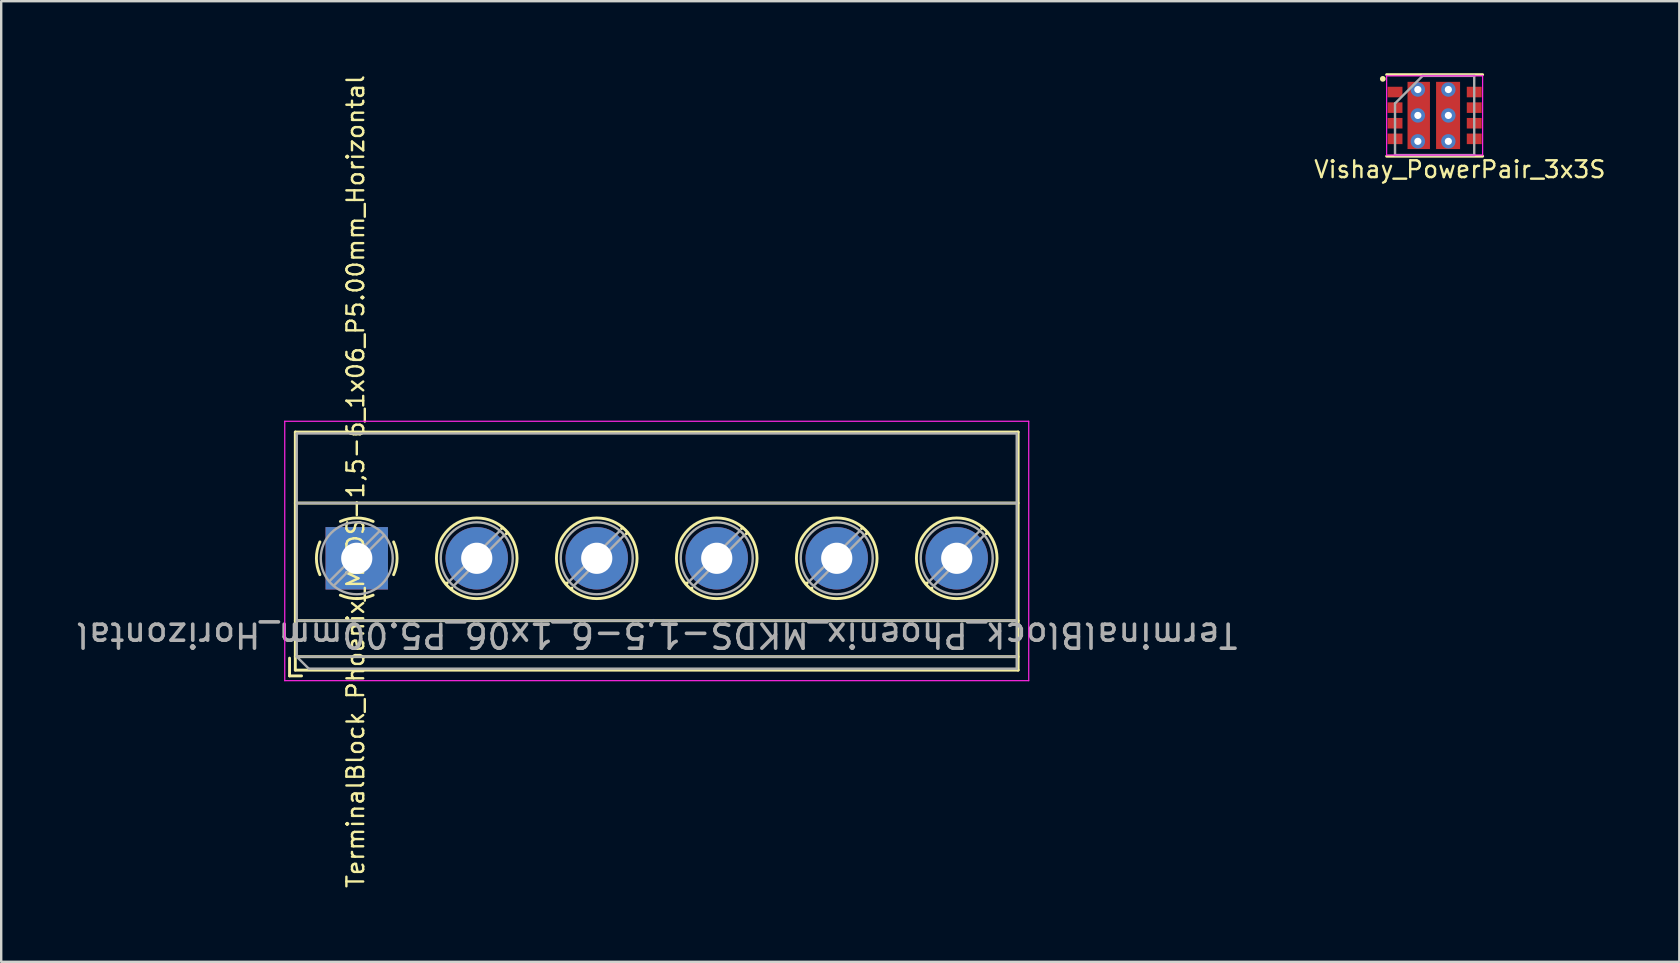
<source format=kicad_pcb>
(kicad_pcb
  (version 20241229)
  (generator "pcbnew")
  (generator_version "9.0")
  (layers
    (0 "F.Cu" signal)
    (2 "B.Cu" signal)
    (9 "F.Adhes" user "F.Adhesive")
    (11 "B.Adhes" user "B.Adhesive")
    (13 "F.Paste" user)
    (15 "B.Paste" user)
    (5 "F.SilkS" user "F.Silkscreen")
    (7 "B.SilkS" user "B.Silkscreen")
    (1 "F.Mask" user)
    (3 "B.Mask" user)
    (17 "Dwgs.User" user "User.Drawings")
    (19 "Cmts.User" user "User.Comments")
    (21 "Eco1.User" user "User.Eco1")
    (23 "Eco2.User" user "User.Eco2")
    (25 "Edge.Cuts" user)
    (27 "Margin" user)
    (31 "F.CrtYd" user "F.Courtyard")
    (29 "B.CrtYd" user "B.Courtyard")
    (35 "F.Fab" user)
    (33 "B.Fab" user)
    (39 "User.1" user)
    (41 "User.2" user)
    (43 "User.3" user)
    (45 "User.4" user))
  (footprint "TerminalBlock_Phoenix_MKDS-1,5-6_1x06_P5.00mm_Horizontal"
    (layer "F.Cu")
    (at 11.815 20.213)
    (property "Reference" "TerminalBlock_Phoenix_MKDS-1,5-6_1x06_P5.00mm_Horizontal" (at -0.05 -3.2 90) (unlocked yes) (layer "F.SilkS") (effects (font (size 0.7 0.7) (thickness 0.1))))
    (attr through_hole)
    (fp_line (start -2.8 4.16) (end -2.8 4.9) (stroke (width 0.12) (type solid)) (layer "F.SilkS"))
    (fp_line (start -2.8 4.9) (end -2.3 4.9) (stroke (width 0.12) (type solid)) (layer "F.SilkS"))
    (fp_line (start -2.56 -5.261) (end -2.56 4.66) (stroke (width 0.12) (type solid)) (layer "F.SilkS"))
    (fp_line (start -2.56 -5.261) (end 27.56 -5.261) (stroke (width 0.12) (type solid)) (layer "F.SilkS"))
    (fp_line (start -2.56 -2.301) (end 27.56 -2.301) (stroke (width 0.12) (type solid)) (layer "F.SilkS"))
    (fp_line (start -2.56 2.6) (end 27.56 2.6) (stroke (width 0.12) (type solid)) (layer "F.SilkS"))
    (fp_line (start -2.56 4.1) (end 27.56 4.1) (stroke (width 0.12) (type solid)) (layer "F.SilkS"))
    (fp_line (start -2.56 4.66) (end 27.56 4.66) (stroke (width 0.12) (type solid)) (layer "F.SilkS"))
    (fp_line (start 3.773 1.023) (end 3.726 1.069) (stroke (width 0.12) (type solid)) (layer "F.SilkS"))
    (fp_line (start 3.966 1.239) (end 3.931 1.274) (stroke (width 0.12) (type solid)) (layer "F.SilkS"))
    (fp_line (start 6.07 -1.275) (end 6.035 -1.239) (stroke (width 0.12) (type solid)) (layer "F.SilkS"))
    (fp_line (start 6.275 -1.069) (end 6.228 -1.023) (stroke (width 0.12) (type solid)) (layer "F.SilkS"))
    (fp_line (start 8.773 1.023) (end 8.726 1.069) (stroke (width 0.12) (type solid)) (layer "F.SilkS"))
    (fp_line (start 8.966 1.239) (end 8.931 1.274) (stroke (width 0.12) (type solid)) (layer "F.SilkS"))
    (fp_line (start 11.07 -1.275) (end 11.035 -1.239) (stroke (width 0.12) (type solid)) (layer "F.SilkS"))
    (fp_line (start 11.275 -1.069) (end 11.228 -1.023) (stroke (width 0.12) (type solid)) (layer "F.SilkS"))
    (fp_line (start 13.773 1.023) (end 13.726 1.069) (stroke (width 0.12) (type solid)) (layer "F.SilkS"))
    (fp_line (start 13.966 1.239) (end 13.931 1.274) (stroke (width 0.12) (type solid)) (layer "F.SilkS"))
    (fp_line (start 16.07 -1.275) (end 16.035 -1.239) (stroke (width 0.12) (type solid)) (layer "F.SilkS"))
    (fp_line (start 16.275 -1.069) (end 16.228 -1.023) (stroke (width 0.12) (type solid)) (layer "F.SilkS"))
    (fp_line (start 18.773 1.023) (end 18.726 1.069) (stroke (width 0.12) (type solid)) (layer "F.SilkS"))
    (fp_line (start 18.966 1.239) (end 18.931 1.274) (stroke (width 0.12) (type solid)) (layer "F.SilkS"))
    (fp_line (start 21.07 -1.275) (end 21.035 -1.239) (stroke (width 0.12) (type solid)) (layer "F.SilkS"))
    (fp_line (start 21.275 -1.069) (end 21.228 -1.023) (stroke (width 0.12) (type solid)) (layer "F.SilkS"))
    (fp_line (start 23.773 1.023) (end 23.726 1.069) (stroke (width 0.12) (type solid)) (layer "F.SilkS"))
    (fp_line (start 23.966 1.239) (end 23.931 1.274) (stroke (width 0.12) (type solid)) (layer "F.SilkS"))
    (fp_line (start 26.07 -1.275) (end 26.035 -1.239) (stroke (width 0.12) (type solid)) (layer "F.SilkS"))
    (fp_line (start 26.275 -1.069) (end 26.228 -1.023) (stroke (width 0.12) (type solid)) (layer "F.SilkS"))
    (fp_line (start 27.56 -5.261) (end 27.56 4.66) (stroke (width 0.12) (type solid)) (layer "F.SilkS"))
    (fp_arc (start -1.535427 0.683042) (mid -1.680501 -0.000524) (end -1.535 -0.684) (stroke (width 0.12) (type solid)) (layer "F.SilkS"))
    (fp_arc (start -0.683042 -1.535427) (mid 0.000524 -1.680501) (end 0.684 -1.535) (stroke (width 0.12) (type solid)) (layer "F.SilkS"))
    (fp_arc (start 0.028805 1.680253) (mid -0.335551 1.646659) (end -0.684 1.535) (stroke (width 0.12) (type solid)) (layer "F.SilkS"))
    (fp_arc (start 0.683318 1.534756) (mid 0.349292 1.643288) (end 0 1.68) (stroke (width 0.12) (type solid)) (layer "F.SilkS"))
    (fp_arc (start 1.535427 -0.683042) (mid 1.680501 0.000524) (end 1.535 0.684) (stroke (width 0.12) (type solid)) (layer "F.SilkS"))
    (fp_circle (center 5 0) (end 6.68 0) (stroke (width 0.12) (type solid)) (fill no) (layer "F.SilkS"))
    (fp_circle (center 10 0) (end 11.68 0) (stroke (width 0.12) (type solid)) (fill no) (layer "F.SilkS"))
    (fp_circle (center 15 0) (end 16.68 0) (stroke (width 0.12) (type solid)) (fill no) (layer "F.SilkS"))
    (fp_circle (center 20 0) (end 21.68 0) (stroke (width 0.12) (type solid)) (fill no) (layer "F.SilkS"))
    (fp_circle (center 25 0) (end 26.68 0) (stroke (width 0.12) (type solid)) (fill no) (layer "F.SilkS"))
    (fp_line (start -3 -5.71) (end -3 5.1) (stroke (width 0.05) (type solid)) (layer "F.CrtYd"))
    (fp_line (start -3 5.1) (end 28 5.1) (stroke (width 0.05) (type solid)) (layer "F.CrtYd"))
    (fp_line (start 28 -5.71) (end -3 -5.71) (stroke (width 0.05) (type solid)) (layer "F.CrtYd"))
    (fp_line (start 28 5.1) (end 28 -5.71) (stroke (width 0.05) (type solid)) (layer "F.CrtYd"))
    (fp_line (start -2.5 -5.2) (end 27.5 -5.2) (stroke (width 0.1) (type solid)) (layer "F.Fab"))
    (fp_line (start -2.5 -2.3) (end 27.5 -2.3) (stroke (width 0.1) (type solid)) (layer "F.Fab"))
    (fp_line (start -2.5 2.6) (end 27.5 2.6) (stroke (width 0.1) (type solid)) (layer "F.Fab"))
    (fp_line (start -2.5 4.1) (end -2.5 -5.2) (stroke (width 0.1) (type solid)) (layer "F.Fab"))
    (fp_line (start -2.5 4.1) (end 27.5 4.1) (stroke (width 0.1) (type solid)) (layer "F.Fab"))
    (fp_line (start -2 4.6) (end -2.5 4.1) (stroke (width 0.1) (type solid)) (layer "F.Fab"))
    (fp_line (start 0.955 -1.138) (end -1.138 0.955) (stroke (width 0.1) (type solid)) (layer "F.Fab"))
    (fp_line (start 1.138 -0.955) (end -0.955 1.138) (stroke (width 0.1) (type solid)) (layer "F.Fab"))
    (fp_line (start 5.955 -1.138) (end 3.863 0.955) (stroke (width 0.1) (type solid)) (layer "F.Fab"))
    (fp_line (start 6.138 -0.955) (end 4.046 1.138) (stroke (width 0.1) (type solid)) (layer "F.Fab"))
    (fp_line (start 10.955 -1.138) (end 8.863 0.955) (stroke (width 0.1) (type solid)) (layer "F.Fab"))
    (fp_line (start 11.138 -0.955) (end 9.046 1.138) (stroke (width 0.1) (type solid)) (layer "F.Fab"))
    (fp_line (start 15.955 -1.138) (end 13.863 0.955) (stroke (width 0.1) (type solid)) (layer "F.Fab"))
    (fp_line (start 16.138 -0.955) (end 14.046 1.138) (stroke (width 0.1) (type solid)) (layer "F.Fab"))
    (fp_line (start 20.955 -1.138) (end 18.863 0.955) (stroke (width 0.1) (type solid)) (layer "F.Fab"))
    (fp_line (start 21.138 -0.955) (end 19.046 1.138) (stroke (width 0.1) (type solid)) (layer "F.Fab"))
    (fp_line (start 25.955 -1.138) (end 23.863 0.955) (stroke (width 0.1) (type solid)) (layer "F.Fab"))
    (fp_line (start 26.138 -0.955) (end 24.046 1.138) (stroke (width 0.1) (type solid)) (layer "F.Fab"))
    (fp_line (start 27.5 -5.2) (end 27.5 4.6) (stroke (width 0.1) (type solid)) (layer "F.Fab"))
    (fp_line (start 27.5 4.6) (end -2 4.6) (stroke (width 0.1) (type solid)) (layer "F.Fab"))
    (fp_circle (center 0 0) (end 1.5 0) (stroke (width 0.1) (type solid)) (fill no) (layer "F.Fab"))
    (fp_circle (center 5 0) (end 6.5 0) (stroke (width 0.1) (type solid)) (fill no) (layer "F.Fab"))
    (fp_circle (center 10 0) (end 11.5 0) (stroke (width 0.1) (type solid)) (fill no) (layer "F.Fab"))
    (fp_circle (center 15 0) (end 16.5 0) (stroke (width 0.1) (type solid)) (fill no) (layer "F.Fab"))
    (fp_circle (center 20 0) (end 21.5 0) (stroke (width 0.1) (type solid)) (fill no) (layer "F.Fab"))
    (fp_circle (center 25 0) (end 26.5 0) (stroke (width 0.1) (type solid)) (fill no) (layer "F.Fab"))
    (fp_text user "${REFERENCE}" (at 12.5 3.2 180) (unlocked yes) (layer "F.Fab") (effects (font (size 1 1) (thickness 0.15))))
    (pad "1" thru_hole rect (at 0 0) (size 2.6 2.6) (drill 1.3) (layers "*.Cu" "*.Mask"))
    (pad "2" thru_hole circle (at 5 0) (size 2.6 2.6) (drill 1.3) (layers "*.Cu" "*.Mask"))
    (pad "3" thru_hole circle (at 10 0) (size 2.6 2.6) (drill 1.3) (layers "*.Cu" "*.Mask"))
    (pad "4" thru_hole circle (at 15 0) (size 2.6 2.6) (drill 1.3) (layers "*.Cu" "*.Mask"))
    (pad "5" thru_hole circle (at 20 0) (size 2.6 2.6) (drill 1.3) (layers "*.Cu" "*.Mask"))
    (pad "6" thru_hole circle (at 25 0) (size 2.6 2.6) (drill 1.3) (layers "*.Cu" "*.Mask")))
  (footprint "Vishay_PowerPair_3x3S"
    (layer "F.Cu")
    (at 56.728 1.76)
    (property "Reference" "Vishay_PowerPair_3x3S" (at 1.05 2.25 0) (unlocked yes) (layer "F.SilkS") (effects (font (size 0.7 0.7) (thickness 0.1))))
    (attr smd)
    (fp_line (start -2 -1.7) (end 2 -1.7) (stroke (width 0.12) (type solid)) (layer "F.SilkS"))
    (fp_line (start -2 1.7) (end 2 1.7) (stroke (width 0.12) (type solid)) (layer "F.SilkS"))
    (fp_circle (center -2.159 -1.524) (end -2.099 -1.524) (stroke (width 0.12) (type solid)) (fill no) (layer "F.SilkS"))
    (fp_line (start -2 -1.65) (end -2 1.65) (stroke (width 0.05) (type solid)) (layer "F.CrtYd"))
    (fp_line (start -2 -1.65) (end 2 -1.65) (stroke (width 0.05) (type solid)) (layer "F.CrtYd"))
    (fp_line (start -2 1.65) (end 2 1.65) (stroke (width 0.05) (type solid)) (layer "F.CrtYd"))
    (fp_line (start 2 -1.65) (end 2 1.65) (stroke (width 0.05) (type solid)) (layer "F.CrtYd"))
    (fp_line (start -1.65 -0.5) (end -0.5 -1.65) (stroke (width 0.1) (type solid)) (layer "F.Fab"))
    (fp_line (start -1.65 1.65) (end -1.65 -0.5) (stroke (width 0.1) (type solid)) (layer "F.Fab"))
    (fp_line (start -0.5 -1.65) (end 1.65 -1.65) (stroke (width 0.1) (type solid)) (layer "F.Fab"))
    (fp_line (start 1.65 -1.65) (end 1.65 1.65) (stroke (width 0.1) (type solid)) (layer "F.Fab"))
    (fp_line (start 1.65 1.65) (end -1.65 1.65) (stroke (width 0.1) (type solid)) (layer "F.Fab"))
    (pad "1" smd rect (at -1.65 -0.975) (size 0.62 0.44) (layers "F.Cu" "F.Mask" "F.Paste"))
    (pad "2" smd rect (at -1.65 -0.325) (size 0.62 0.44) (layers "F.Cu" "F.Mask" "F.Paste"))
    (pad "2" smd rect (at -1.65 0.325) (size 0.62 0.44) (layers "F.Cu" "F.Mask" "F.Paste"))
    (pad "2" smd rect (at -1.65 0.975) (size 0.62 0.44) (layers "F.Cu" "F.Mask" "F.Paste"))
    (pad "2" thru_hole circle (at -0.699 -1.079) (size 0.6 0.6) (drill 0.3) (layers "*.Cu" "*.Mask"))
    (pad "2" thru_hole circle (at -0.699 0) (size 0.6 0.6) (drill 0.3) (layers "*.Cu" "*.Mask"))
    (pad "2" thru_hole circle (at -0.699 1.079) (size 0.6 0.6) (drill 0.3) (layers "*.Cu" "*.Mask"))
    (pad "2" smd rect (at -0.662 0) (size 0.935 2.8) (layers "F.Cu" "F.Mask" "F.Paste"))
    (pad "5" smd rect (at 1.65 -0.325) (size 0.62 0.44) (layers "F.Cu" "F.Mask" "F.Paste"))
    (pad "5" smd rect (at 1.65 0.325) (size 0.62 0.44) (layers "F.Cu" "F.Mask" "F.Paste"))
    (pad "5" smd rect (at 1.65 0.975) (size 0.62 0.44) (layers "F.Cu" "F.Mask" "F.Paste"))
    (pad "8" smd rect (at 1.65 -0.975) (size 0.62 0.44) (layers "F.Cu" "F.Mask" "F.Paste"))
    (pad "9" smd rect (at 0.56 0) (size 1 2.8) (layers "F.Cu" "F.Mask" "F.Paste"))
    (pad "9" thru_hole circle (at 0.572 -1.079) (size 0.6 0.6) (drill 0.3) (layers "*.Cu" "*.Mask"))
    (pad "9" thru_hole circle (at 0.572 0) (size 0.6 0.6) (drill 0.3) (layers "*.Cu" "*.Mask"))
    (pad "9" thru_hole circle (at 0.572 1.079) (size 0.6 0.6) (drill 0.3) (layers "*.Cu" "*.Mask")))
  (gr_rect
    (start -3 -3)
    (end 66.924 37.027)
    (stroke (width 0.1) (type default))
    (fill no)
    (layer "Edge.Cuts")))
</source>
